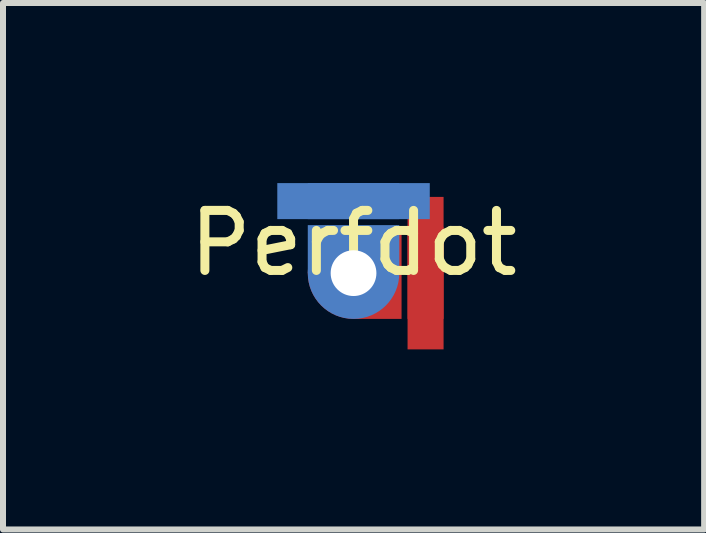
<source format=kicad_pcb>
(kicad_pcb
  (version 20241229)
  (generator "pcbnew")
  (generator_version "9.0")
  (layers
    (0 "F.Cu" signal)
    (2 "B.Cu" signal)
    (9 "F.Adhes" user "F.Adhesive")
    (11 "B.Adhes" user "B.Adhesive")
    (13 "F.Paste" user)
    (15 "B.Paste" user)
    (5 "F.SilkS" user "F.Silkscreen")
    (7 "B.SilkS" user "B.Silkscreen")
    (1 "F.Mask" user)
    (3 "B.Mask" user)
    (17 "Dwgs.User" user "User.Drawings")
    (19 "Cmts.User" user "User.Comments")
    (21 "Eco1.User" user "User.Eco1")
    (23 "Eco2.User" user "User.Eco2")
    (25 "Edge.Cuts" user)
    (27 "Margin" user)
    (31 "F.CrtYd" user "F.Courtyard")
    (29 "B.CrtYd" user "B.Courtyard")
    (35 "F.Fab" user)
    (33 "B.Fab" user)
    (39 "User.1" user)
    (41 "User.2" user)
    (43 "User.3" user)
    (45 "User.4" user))
  (footprint "Perfdot"
    (layer "F.Cu")
    (at 2.839 1.5)
    (property "Reference" "Perfdot" (at 0 -0.5 0) (unlocked yes) (layer "F.SilkS") (effects (font (size 1 1) (thickness 0.15))))
    (attr through_hole)
    (pad "" smd rect (at 0 -0.4) (size 1.524 0.8) (layers "B.Cu" "B.Mask"))
    (pad "" smd rect (at 0.4 0) (size 0.8 1.524) (layers "F.Cu" "F.Mask"))
    (pad "1" thru_hole circle (at 0 0) (size 1.524 1.524) (drill 0.762) (layers "*.Cu" "*.Mask"))
    (pad "2" smd rect (at 1.2 0) (size 0.6 1.524) (layers "F.Cu" "F.Mask"))
    (pad "2" smd rect (at 1.2 0) (size 0.6 2.54) (layers "F.Cu"))
    (pad "3" smd rect (at 0 -1.2 90) (size 0.6 1.524) (layers "B.Cu" "B.Mask"))
    (pad "3" smd rect (at 0 -1.2 90) (size 0.6 2.54) (layers "B.Cu")))
  (gr_rect
    (start -3 -3)
    (end 8.679 5.77)
    (stroke (width 0.1) (type default))
    (fill no)
    (layer "Edge.Cuts")))
</source>
